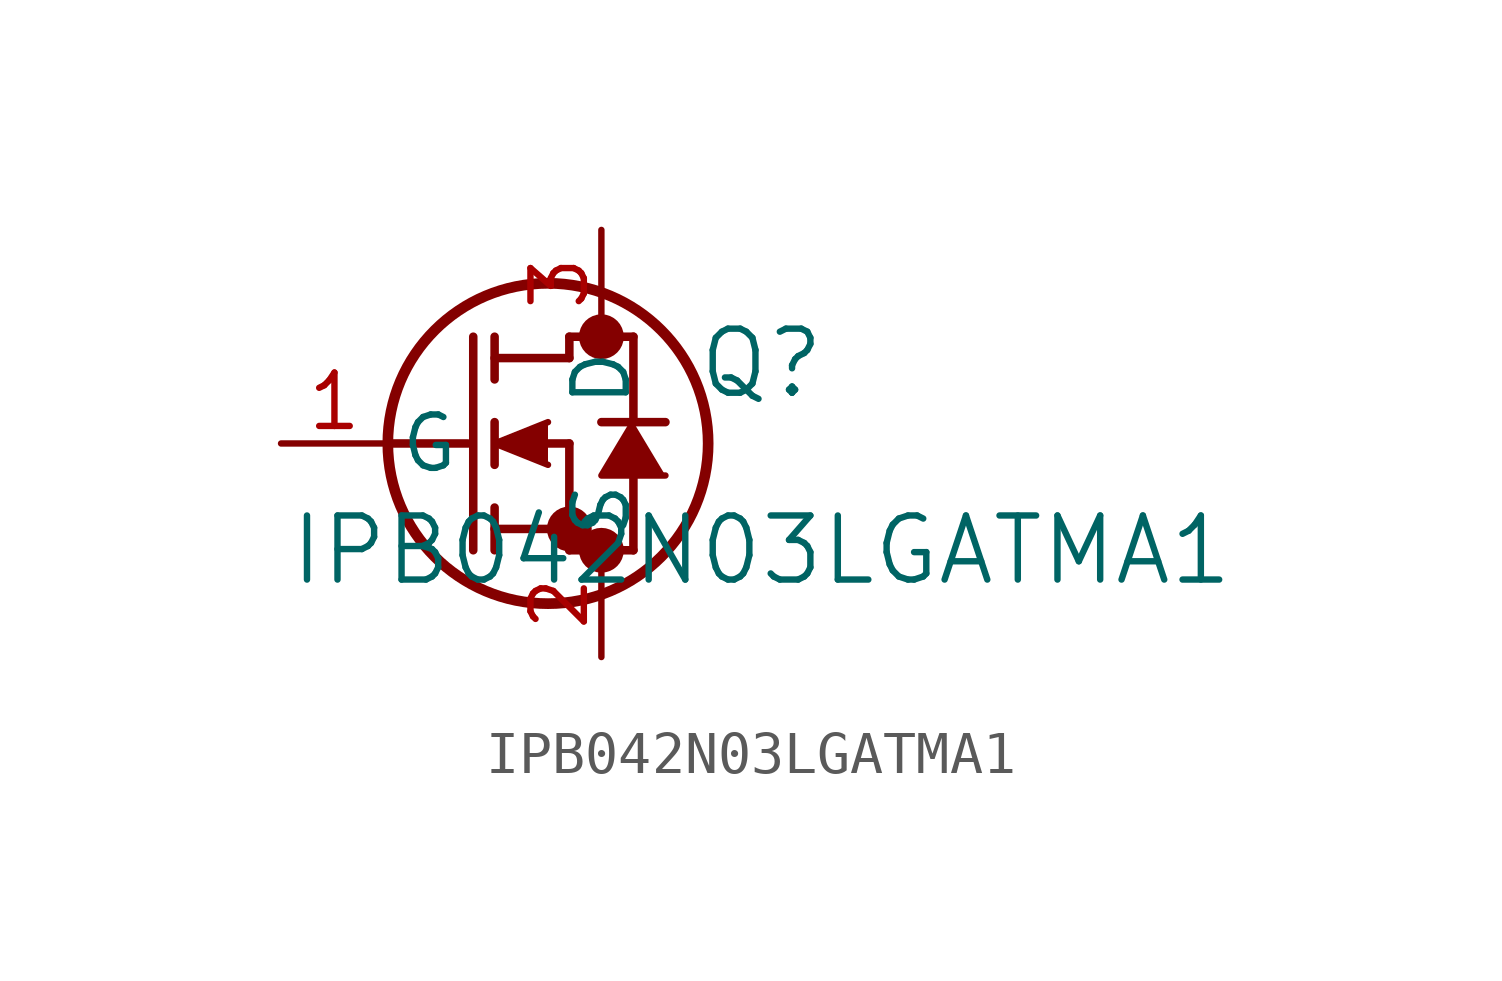
<source format=kicad_sym>
(kicad_symbol_lib
  (version 20211014)
  (generator kicad_symbol_editor)
  (symbol "IPB042N03LGATMA1"
    (pin_names
      (offset 0.254))
    (property "Reference" "Q"
      (at 11.43 1.905 0)
      (effects (font (size 1.524 1.524))))
    (property "Value" "IPB042N03LGATMA1"
      (at 11.43 -2.54 0)
      (effects (font (size 1.524 1.524))))
    (symbol "IPB042N03LGATMA1_0_1"
      (circle (center 7.62 2.54) (radius 0.025) (stroke (width 0.508) (type default) (color 0 0 0 0)) (fill (type none)))
      (circle (center 7.62 -2.54) (radius 0.025) (stroke (width 0.508) (type default) (color 0 0 0 0)) (fill (type none)))
      (circle (center 6.858 -2.032) (radius 0.025) (stroke (width 0.508) (type default) (color 0 0 0 0)) (fill (type none)))
      (circle (center 6.35 0) (radius 3.81) (stroke (width 0.254) (type default) (color 0 0 0 0)) (fill (type none)))
      (polyline (pts (xy 2.54 0) (xy 4.445 0)) (stroke (width 0.203) (type default) (color 0 0 0 0)) (fill (type none)))
      (polyline (pts (xy 4.572 -2.54) (xy 4.572 2.54)) (stroke (width 0.203) (type default) (color 0 0 0 0)) (fill (type none)))
      (polyline (pts (xy 5.08 -0.508) (xy 5.08 0.508)) (stroke (width 0.203) (type default) (color 0 0 0 0)) (fill (type none)))
      (polyline (pts (xy 5.08 -2.54) (xy 5.08 -1.524)) (stroke (width 0.203) (type default) (color 0 0 0 0)) (fill (type none)))
      (polyline (pts (xy 5.08 1.524) (xy 5.08 2.54)) (stroke (width 0.203) (type default) (color 0 0 0 0)) (fill (type none)))
      (polyline (pts (xy 6.35 0) (xy 6.858 0)) (stroke (width 0.203) (type default) (color 0 0 0 0)) (fill (type none)))
      (polyline (pts (xy 5.08 -2.032) (xy 6.858 -2.032)) (stroke (width 0.203) (type default) (color 0 0 0 0)) (fill (type none)))
      (polyline (pts (xy 6.858 -2.54) (xy 6.858 0)) (stroke (width 0.203) (type default) (color 0 0 0 0)) (fill (type none)))
      (polyline (pts (xy 6.858 -2.54) (xy 8.382 -2.54)) (stroke (width 0.203) (type default) (color 0 0 0 0)) (fill (type none)))
      (polyline (pts (xy 5.08 2.032) (xy 6.858 2.032)) (stroke (width 0.203) (type default) (color 0 0 0 0)) (fill (type none)))
      (polyline (pts (xy 8.382 0.508) (xy 8.382 2.54)) (stroke (width 0.203) (type default) (color 0 0 0 0)) (fill (type none)))
      (polyline (pts (xy 6.35 0.508) (xy 5.08 0) (xy 6.35 -0.508)) (stroke (width 0) (type default) (color 0 0 0 0)) (fill (type outline)))
      (polyline (pts (xy 9.144 -0.762) (xy 7.62 -0.762) (xy 8.382 0.508)) (stroke (width 0) (type default) (color 0 0 0 0)) (fill (type outline)))
      (polyline (pts (xy 8.382 -2.54) (xy 8.382 -0.762)) (stroke (width 0.203) (type default) (color 0 0 0 0)) (fill (type none)))
      (polyline (pts (xy 9.144 0.508) (xy 7.62 0.508)) (stroke (width 0.203) (type default) (color 0 0 0 0)) (fill (type none)))
      (polyline (pts (xy 6.858 2.54) (xy 8.382 2.54)) (stroke (width 0.203) (type default) (color 0 0 0 0)) (fill (type none)))
      (polyline (pts (xy 6.858 2.032) (xy 6.858 2.54)) (stroke (width 0.203) (type default) (color 0 0 0 0)) (fill (type none)))
      (pin unspecified line (at 0 0 0) (length 2.54) (name "G" (effects (font (size 1.27 1.27)))) (number "1" (effects (font (size 1.27 1.27)))))
      (pin unspecified line (at 7.62 -5.08 90) (length 2.54) (name "S" (effects (font (size 1.27 1.27)))) (number "2" (effects (font (size 1.27 1.27)))))
      (pin unspecified line (at 7.62 5.08 270) (length 2.54) (name "D" (effects (font (size 1.27 1.27)))) (number "3" (effects (font (size 1.27 1.27))))))))
</source>
